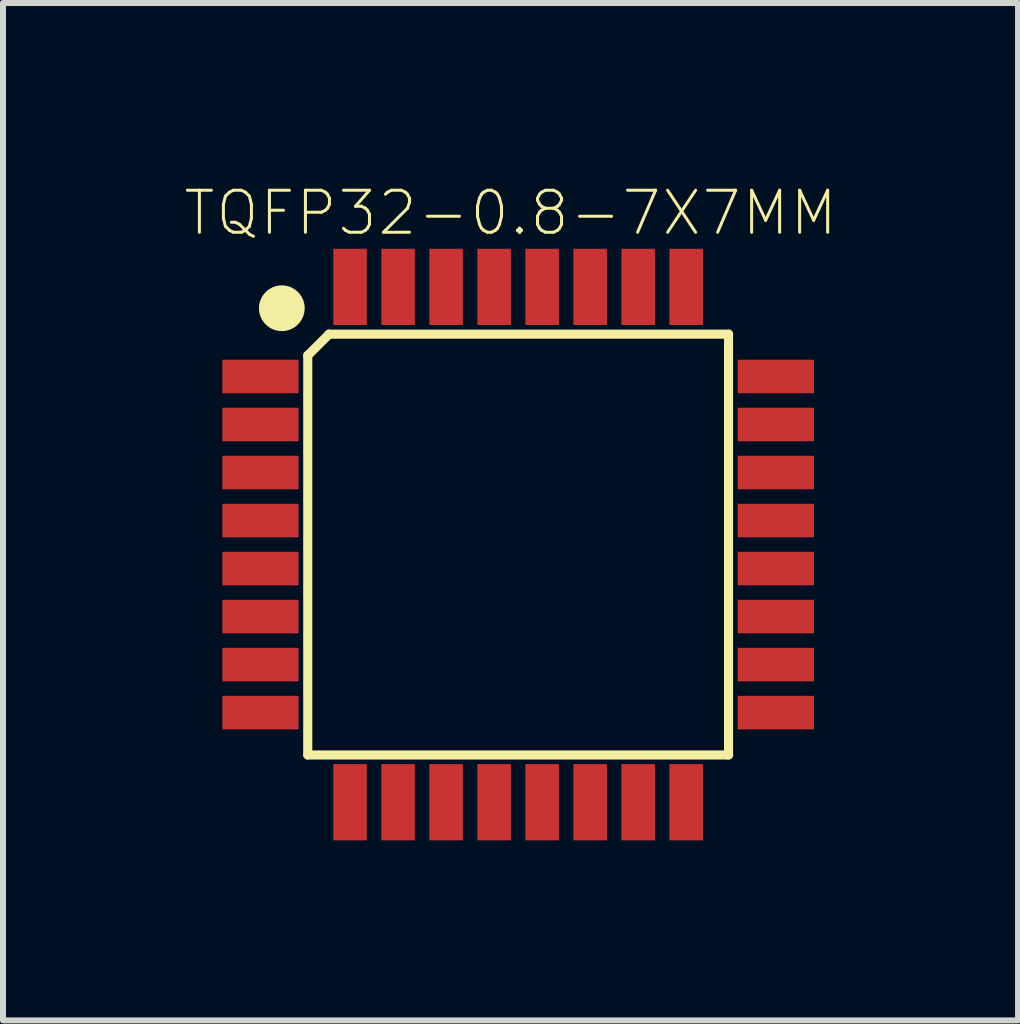
<source format=kicad_pcb>
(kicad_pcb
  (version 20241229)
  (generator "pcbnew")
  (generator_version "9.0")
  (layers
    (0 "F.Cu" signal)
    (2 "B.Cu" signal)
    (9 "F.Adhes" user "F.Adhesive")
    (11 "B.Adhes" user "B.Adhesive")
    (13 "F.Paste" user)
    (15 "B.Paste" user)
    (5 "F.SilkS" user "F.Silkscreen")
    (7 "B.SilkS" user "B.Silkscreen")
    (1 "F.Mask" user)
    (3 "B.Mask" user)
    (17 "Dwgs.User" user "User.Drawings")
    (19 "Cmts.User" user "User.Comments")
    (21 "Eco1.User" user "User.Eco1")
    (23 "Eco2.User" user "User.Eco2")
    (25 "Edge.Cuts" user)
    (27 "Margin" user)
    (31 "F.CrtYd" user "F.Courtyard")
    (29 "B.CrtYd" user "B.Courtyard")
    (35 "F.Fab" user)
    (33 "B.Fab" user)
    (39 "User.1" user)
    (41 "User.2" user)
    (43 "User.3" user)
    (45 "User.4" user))
  (footprint "TQFP32-0.8-7X7MM"
    (layer "F.Cu")
    (at 5.582 6.022)
    (property "Reference" "TQFP32-0.8-7X7MM" (at -0.127 -5.524 0) (layer "F.SilkS") (effects (font (size 0.7 0.7) (thickness 0.05))))
    (attr smd)
    (fp_line (start -3.505 3.505) (end -3.505 -3.15) (stroke (width 0.152) (type solid)) (layer "F.SilkS"))
    (fp_line (start -3.15 -3.505) (end -3.505 -3.15) (stroke (width 0.152) (type solid)) (layer "F.SilkS"))
    (fp_line (start -3.15 -3.505) (end 3.505 -3.505) (stroke (width 0.152) (type solid)) (layer "F.SilkS"))
    (fp_line (start 3.505 -3.505) (end 3.505 3.505) (stroke (width 0.152) (type solid)) (layer "F.SilkS"))
    (fp_line (start 3.505 3.505) (end -3.505 3.505) (stroke (width 0.152) (type solid)) (layer "F.SilkS"))
    (fp_circle (center -3.937 -3.937) (end -3.556 -3.937) (stroke (width 0) (type solid)) (fill yes) (layer "F.SilkS"))
    (pad "1" smd rect (at -4.293 -2.8) (size 1.27 0.559) (layers "F.Cu" "F.Mask" "F.Paste"))
    (pad "2" smd rect (at -4.293 -2) (size 1.27 0.559) (layers "F.Cu" "F.Mask" "F.Paste"))
    (pad "3" smd rect (at -4.293 -1.2) (size 1.27 0.559) (layers "F.Cu" "F.Mask" "F.Paste"))
    (pad "4" smd rect (at -4.293 -0.4) (size 1.27 0.559) (layers "F.Cu" "F.Mask" "F.Paste"))
    (pad "5" smd rect (at -4.293 0.4) (size 1.27 0.559) (layers "F.Cu" "F.Mask" "F.Paste"))
    (pad "6" smd rect (at -4.293 1.2) (size 1.27 0.559) (layers "F.Cu" "F.Mask" "F.Paste"))
    (pad "7" smd rect (at -4.293 2) (size 1.27 0.559) (layers "F.Cu" "F.Mask" "F.Paste"))
    (pad "8" smd rect (at -4.293 2.8) (size 1.27 0.559) (layers "F.Cu" "F.Mask" "F.Paste"))
    (pad "9" smd rect (at -2.8 4.293) (size 0.559 1.27) (layers "F.Cu" "F.Mask" "F.Paste"))
    (pad "10" smd rect (at -2 4.293) (size 0.559 1.27) (layers "F.Cu" "F.Mask" "F.Paste"))
    (pad "11" smd rect (at -1.2 4.293) (size 0.559 1.27) (layers "F.Cu" "F.Mask" "F.Paste"))
    (pad "12" smd rect (at -0.4 4.293) (size 0.559 1.27) (layers "F.Cu" "F.Mask" "F.Paste"))
    (pad "13" smd rect (at 0.4 4.293) (size 0.559 1.27) (layers "F.Cu" "F.Mask" "F.Paste"))
    (pad "14" smd rect (at 1.2 4.293) (size 0.559 1.27) (layers "F.Cu" "F.Mask" "F.Paste"))
    (pad "15" smd rect (at 2 4.293) (size 0.559 1.27) (layers "F.Cu" "F.Mask" "F.Paste"))
    (pad "16" smd rect (at 2.8 4.293) (size 0.559 1.27) (layers "F.Cu" "F.Mask" "F.Paste"))
    (pad "17" smd rect (at 4.293 2.8) (size 1.27 0.559) (layers "F.Cu" "F.Mask" "F.Paste"))
    (pad "18" smd rect (at 4.293 2) (size 1.27 0.559) (layers "F.Cu" "F.Mask" "F.Paste"))
    (pad "19" smd rect (at 4.293 1.2) (size 1.27 0.559) (layers "F.Cu" "F.Mask" "F.Paste"))
    (pad "20" smd rect (at 4.293 0.4) (size 1.27 0.559) (layers "F.Cu" "F.Mask" "F.Paste"))
    (pad "21" smd rect (at 4.293 -0.4) (size 1.27 0.559) (layers "F.Cu" "F.Mask" "F.Paste"))
    (pad "22" smd rect (at 4.293 -1.2) (size 1.27 0.559) (layers "F.Cu" "F.Mask" "F.Paste"))
    (pad "23" smd rect (at 4.293 -2) (size 1.27 0.559) (layers "F.Cu" "F.Mask" "F.Paste"))
    (pad "24" smd rect (at 4.293 -2.8) (size 1.27 0.559) (layers "F.Cu" "F.Mask" "F.Paste"))
    (pad "25" smd rect (at 2.8 -4.293) (size 0.559 1.27) (layers "F.Cu" "F.Mask" "F.Paste"))
    (pad "26" smd rect (at 2 -4.293) (size 0.559 1.27) (layers "F.Cu" "F.Mask" "F.Paste"))
    (pad "27" smd rect (at 1.2 -4.293) (size 0.559 1.27) (layers "F.Cu" "F.Mask" "F.Paste"))
    (pad "28" smd rect (at 0.4 -4.293) (size 0.559 1.27) (layers "F.Cu" "F.Mask" "F.Paste"))
    (pad "29" smd rect (at -0.4 -4.293) (size 0.559 1.27) (layers "F.Cu" "F.Mask" "F.Paste"))
    (pad "30" smd rect (at -1.2 -4.293) (size 0.559 1.27) (layers "F.Cu" "F.Mask" "F.Paste"))
    (pad "31" smd rect (at -2 -4.293) (size 0.559 1.27) (layers "F.Cu" "F.Mask" "F.Paste"))
    (pad "32" smd rect (at -2.8 -4.293) (size 0.559 1.27) (layers "F.Cu" "F.Mask" "F.Paste")))
  (gr_rect
    (start -3 -3)
    (end 13.91 13.949)
    (stroke (width 0.1) (type default))
    (fill no)
    (layer "Edge.Cuts")))
</source>
